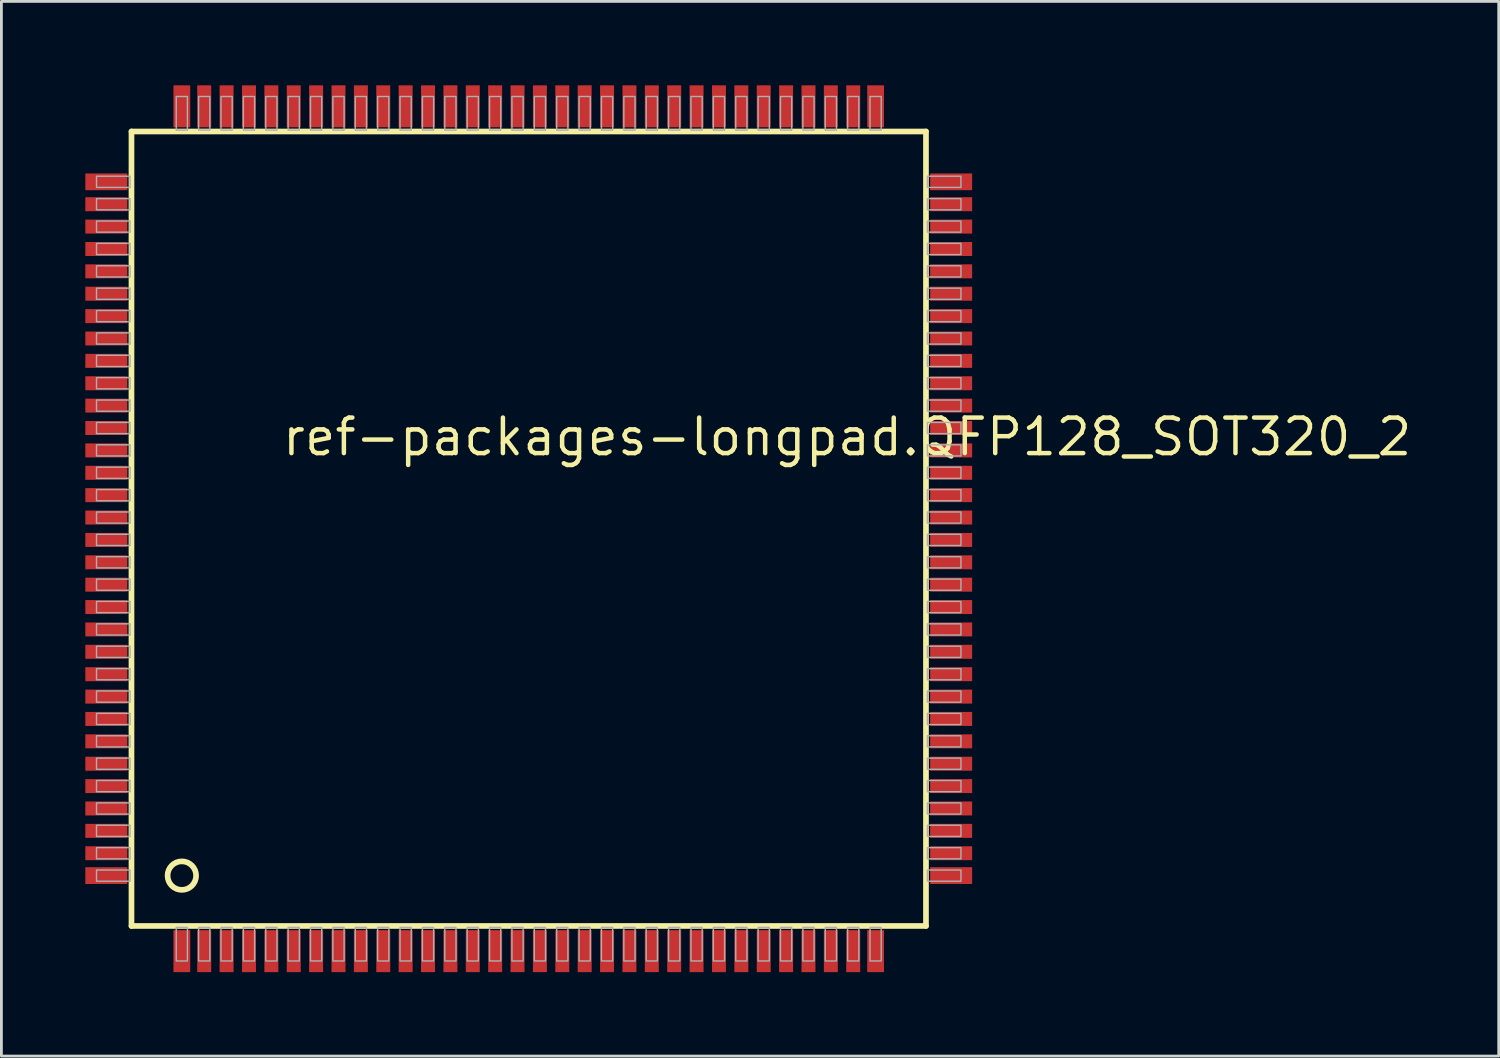
<source format=kicad_pcb>
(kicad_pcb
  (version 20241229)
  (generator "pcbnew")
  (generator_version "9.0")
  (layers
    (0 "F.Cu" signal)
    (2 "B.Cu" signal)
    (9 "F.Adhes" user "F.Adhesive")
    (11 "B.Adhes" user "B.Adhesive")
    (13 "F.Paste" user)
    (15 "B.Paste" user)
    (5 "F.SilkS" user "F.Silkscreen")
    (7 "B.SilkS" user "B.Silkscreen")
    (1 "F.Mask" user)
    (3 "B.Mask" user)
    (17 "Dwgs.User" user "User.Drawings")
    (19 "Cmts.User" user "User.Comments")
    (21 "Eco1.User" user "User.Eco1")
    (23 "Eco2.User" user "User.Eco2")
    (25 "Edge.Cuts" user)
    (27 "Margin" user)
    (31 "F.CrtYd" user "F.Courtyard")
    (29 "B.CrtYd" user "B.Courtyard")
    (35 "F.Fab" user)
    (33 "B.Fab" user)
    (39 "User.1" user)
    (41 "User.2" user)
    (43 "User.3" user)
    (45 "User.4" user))
  (footprint "ref-packages-longpad.QFP128_SOT320_2"
    (layer "F.Cu")
    (at 15.85 15.85)
    (property "Reference" "ref-packages-longpad.QFP128_SOT320_2" (at -8.89 -2.54 0) (layer "F.SilkS") (effects (font (size 1.27 1.27) (thickness 0.16)) (justify left bottom)))
    (attr smd)
    (fp_line (start -14.2 -14.2) (end 14.2 -14.2) (stroke (width 0.203) (type default)) (layer "F.SilkS"))
    (fp_line (start -14.2 14.2) (end -14.2 -14.2) (stroke (width 0.203) (type default)) (layer "F.SilkS"))
    (fp_line (start 14.2 -14.2) (end 14.2 14.2) (stroke (width 0.203) (type default)) (layer "F.SilkS"))
    (fp_line (start 14.2 14.2) (end -14.2 14.2) (stroke (width 0.203) (type default)) (layer "F.SilkS"))
    (fp_circle (center -12.4 12.4) (end -11.89 12.4) (stroke (width 0.203) (type default)) (fill no) (layer "F.SilkS"))
    (fp_rect (start -15.45 -12.2) (end -14.25 -12.6) (stroke (width 0.05) (type default)) (fill no) (layer "F.Fab"))
    (fp_rect (start -15.45 -11.4) (end -14.25 -11.8) (stroke (width 0.05) (type default)) (fill no) (layer "F.Fab"))
    (fp_rect (start -15.45 -10.6) (end -14.25 -11) (stroke (width 0.05) (type default)) (fill no) (layer "F.Fab"))
    (fp_rect (start -15.45 -9.8) (end -14.25 -10.2) (stroke (width 0.05) (type default)) (fill no) (layer "F.Fab"))
    (fp_rect (start -15.45 -9) (end -14.25 -9.4) (stroke (width 0.05) (type default)) (fill no) (layer "F.Fab"))
    (fp_rect (start -15.45 -8.2) (end -14.25 -8.6) (stroke (width 0.05) (type default)) (fill no) (layer "F.Fab"))
    (fp_rect (start -15.45 -7.4) (end -14.25 -7.8) (stroke (width 0.05) (type default)) (fill no) (layer "F.Fab"))
    (fp_rect (start -15.45 -6.6) (end -14.25 -7) (stroke (width 0.05) (type default)) (fill no) (layer "F.Fab"))
    (fp_rect (start -15.45 -5.8) (end -14.25 -6.2) (stroke (width 0.05) (type default)) (fill no) (layer "F.Fab"))
    (fp_rect (start -15.45 -5) (end -14.25 -5.4) (stroke (width 0.05) (type default)) (fill no) (layer "F.Fab"))
    (fp_rect (start -15.45 -4.2) (end -14.25 -4.6) (stroke (width 0.05) (type default)) (fill no) (layer "F.Fab"))
    (fp_rect (start -15.45 -3.4) (end -14.25 -3.8) (stroke (width 0.05) (type default)) (fill no) (layer "F.Fab"))
    (fp_rect (start -15.45 -2.6) (end -14.25 -3) (stroke (width 0.05) (type default)) (fill no) (layer "F.Fab"))
    (fp_rect (start -15.45 -1.8) (end -14.25 -2.2) (stroke (width 0.05) (type default)) (fill no) (layer "F.Fab"))
    (fp_rect (start -15.45 -1) (end -14.25 -1.4) (stroke (width 0.05) (type default)) (fill no) (layer "F.Fab"))
    (fp_rect (start -15.45 -0.2) (end -14.25 -0.6) (stroke (width 0.05) (type default)) (fill no) (layer "F.Fab"))
    (fp_rect (start -15.45 0.6) (end -14.25 0.2) (stroke (width 0.05) (type default)) (fill no) (layer "F.Fab"))
    (fp_rect (start -15.45 1.4) (end -14.25 1) (stroke (width 0.05) (type default)) (fill no) (layer "F.Fab"))
    (fp_rect (start -15.45 2.2) (end -14.25 1.8) (stroke (width 0.05) (type default)) (fill no) (layer "F.Fab"))
    (fp_rect (start -15.45 3) (end -14.25 2.6) (stroke (width 0.05) (type default)) (fill no) (layer "F.Fab"))
    (fp_rect (start -15.45 3.8) (end -14.25 3.4) (stroke (width 0.05) (type default)) (fill no) (layer "F.Fab"))
    (fp_rect (start -15.45 4.6) (end -14.25 4.2) (stroke (width 0.05) (type default)) (fill no) (layer "F.Fab"))
    (fp_rect (start -15.45 5.4) (end -14.25 5) (stroke (width 0.05) (type default)) (fill no) (layer "F.Fab"))
    (fp_rect (start -15.45 6.2) (end -14.25 5.8) (stroke (width 0.05) (type default)) (fill no) (layer "F.Fab"))
    (fp_rect (start -15.45 7) (end -14.25 6.6) (stroke (width 0.05) (type default)) (fill no) (layer "F.Fab"))
    (fp_rect (start -15.45 7.8) (end -14.25 7.4) (stroke (width 0.05) (type default)) (fill no) (layer "F.Fab"))
    (fp_rect (start -15.45 8.6) (end -14.25 8.2) (stroke (width 0.05) (type default)) (fill no) (layer "F.Fab"))
    (fp_rect (start -15.45 9.4) (end -14.25 9) (stroke (width 0.05) (type default)) (fill no) (layer "F.Fab"))
    (fp_rect (start -15.45 10.2) (end -14.25 9.8) (stroke (width 0.05) (type default)) (fill no) (layer "F.Fab"))
    (fp_rect (start -15.45 11) (end -14.25 10.6) (stroke (width 0.05) (type default)) (fill no) (layer "F.Fab"))
    (fp_rect (start -15.45 11.8) (end -14.25 11.4) (stroke (width 0.05) (type default)) (fill no) (layer "F.Fab"))
    (fp_rect (start -15.45 12.6) (end -14.25 12.2) (stroke (width 0.05) (type default)) (fill no) (layer "F.Fab"))
    (fp_rect (start -12.6 -14.25) (end -12.2 -15.45) (stroke (width 0.05) (type default)) (fill no) (layer "F.Fab"))
    (fp_rect (start -12.6 15.45) (end -12.2 14.25) (stroke (width 0.05) (type default)) (fill no) (layer "F.Fab"))
    (fp_rect (start -11.8 -14.25) (end -11.4 -15.45) (stroke (width 0.05) (type default)) (fill no) (layer "F.Fab"))
    (fp_rect (start -11.8 15.45) (end -11.4 14.25) (stroke (width 0.05) (type default)) (fill no) (layer "F.Fab"))
    (fp_rect (start -11 -14.25) (end -10.6 -15.45) (stroke (width 0.05) (type default)) (fill no) (layer "F.Fab"))
    (fp_rect (start -11 15.45) (end -10.6 14.25) (stroke (width 0.05) (type default)) (fill no) (layer "F.Fab"))
    (fp_rect (start -10.2 -14.25) (end -9.8 -15.45) (stroke (width 0.05) (type default)) (fill no) (layer "F.Fab"))
    (fp_rect (start -10.2 15.45) (end -9.8 14.25) (stroke (width 0.05) (type default)) (fill no) (layer "F.Fab"))
    (fp_rect (start -9.4 -14.25) (end -9 -15.45) (stroke (width 0.05) (type default)) (fill no) (layer "F.Fab"))
    (fp_rect (start -9.4 15.45) (end -9 14.25) (stroke (width 0.05) (type default)) (fill no) (layer "F.Fab"))
    (fp_rect (start -8.6 -14.25) (end -8.2 -15.45) (stroke (width 0.05) (type default)) (fill no) (layer "F.Fab"))
    (fp_rect (start -8.6 15.45) (end -8.2 14.25) (stroke (width 0.05) (type default)) (fill no) (layer "F.Fab"))
    (fp_rect (start -7.8 -14.25) (end -7.4 -15.45) (stroke (width 0.05) (type default)) (fill no) (layer "F.Fab"))
    (fp_rect (start -7.8 15.45) (end -7.4 14.25) (stroke (width 0.05) (type default)) (fill no) (layer "F.Fab"))
    (fp_rect (start -7 -14.25) (end -6.6 -15.45) (stroke (width 0.05) (type default)) (fill no) (layer "F.Fab"))
    (fp_rect (start -7 15.45) (end -6.6 14.25) (stroke (width 0.05) (type default)) (fill no) (layer "F.Fab"))
    (fp_rect (start -6.2 -14.25) (end -5.8 -15.45) (stroke (width 0.05) (type default)) (fill no) (layer "F.Fab"))
    (fp_rect (start -6.2 15.45) (end -5.8 14.25) (stroke (width 0.05) (type default)) (fill no) (layer "F.Fab"))
    (fp_rect (start -5.4 -14.25) (end -5 -15.45) (stroke (width 0.05) (type default)) (fill no) (layer "F.Fab"))
    (fp_rect (start -5.4 15.45) (end -5 14.25) (stroke (width 0.05) (type default)) (fill no) (layer "F.Fab"))
    (fp_rect (start -4.6 -14.25) (end -4.2 -15.45) (stroke (width 0.05) (type default)) (fill no) (layer "F.Fab"))
    (fp_rect (start -4.6 15.45) (end -4.2 14.25) (stroke (width 0.05) (type default)) (fill no) (layer "F.Fab"))
    (fp_rect (start -3.8 -14.25) (end -3.4 -15.45) (stroke (width 0.05) (type default)) (fill no) (layer "F.Fab"))
    (fp_rect (start -3.8 15.45) (end -3.4 14.25) (stroke (width 0.05) (type default)) (fill no) (layer "F.Fab"))
    (fp_rect (start -3 -14.25) (end -2.6 -15.45) (stroke (width 0.05) (type default)) (fill no) (layer "F.Fab"))
    (fp_rect (start -3 15.45) (end -2.6 14.25) (stroke (width 0.05) (type default)) (fill no) (layer "F.Fab"))
    (fp_rect (start -2.2 -14.25) (end -1.8 -15.45) (stroke (width 0.05) (type default)) (fill no) (layer "F.Fab"))
    (fp_rect (start -2.2 15.45) (end -1.8 14.25) (stroke (width 0.05) (type default)) (fill no) (layer "F.Fab"))
    (fp_rect (start -1.4 -14.25) (end -1 -15.45) (stroke (width 0.05) (type default)) (fill no) (layer "F.Fab"))
    (fp_rect (start -1.4 15.45) (end -1 14.25) (stroke (width 0.05) (type default)) (fill no) (layer "F.Fab"))
    (fp_rect (start -0.6 -14.25) (end -0.2 -15.45) (stroke (width 0.05) (type default)) (fill no) (layer "F.Fab"))
    (fp_rect (start -0.6 15.45) (end -0.2 14.25) (stroke (width 0.05) (type default)) (fill no) (layer "F.Fab"))
    (fp_rect (start 0.2 -14.25) (end 0.6 -15.45) (stroke (width 0.05) (type default)) (fill no) (layer "F.Fab"))
    (fp_rect (start 0.2 15.45) (end 0.6 14.25) (stroke (width 0.05) (type default)) (fill no) (layer "F.Fab"))
    (fp_rect (start 1 -14.25) (end 1.4 -15.45) (stroke (width 0.05) (type default)) (fill no) (layer "F.Fab"))
    (fp_rect (start 1 15.45) (end 1.4 14.25) (stroke (width 0.05) (type default)) (fill no) (layer "F.Fab"))
    (fp_rect (start 1.8 -14.25) (end 2.2 -15.45) (stroke (width 0.05) (type default)) (fill no) (layer "F.Fab"))
    (fp_rect (start 1.8 15.45) (end 2.2 14.25) (stroke (width 0.05) (type default)) (fill no) (layer "F.Fab"))
    (fp_rect (start 2.6 -14.25) (end 3 -15.45) (stroke (width 0.05) (type default)) (fill no) (layer "F.Fab"))
    (fp_rect (start 2.6 15.45) (end 3 14.25) (stroke (width 0.05) (type default)) (fill no) (layer "F.Fab"))
    (fp_rect (start 3.4 -14.25) (end 3.8 -15.45) (stroke (width 0.05) (type default)) (fill no) (layer "F.Fab"))
    (fp_rect (start 3.4 15.45) (end 3.8 14.25) (stroke (width 0.05) (type default)) (fill no) (layer "F.Fab"))
    (fp_rect (start 4.2 -14.25) (end 4.6 -15.45) (stroke (width 0.05) (type default)) (fill no) (layer "F.Fab"))
    (fp_rect (start 4.2 15.45) (end 4.6 14.25) (stroke (width 0.05) (type default)) (fill no) (layer "F.Fab"))
    (fp_rect (start 5 -14.25) (end 5.4 -15.45) (stroke (width 0.05) (type default)) (fill no) (layer "F.Fab"))
    (fp_rect (start 5 15.45) (end 5.4 14.25) (stroke (width 0.05) (type default)) (fill no) (layer "F.Fab"))
    (fp_rect (start 5.8 -14.25) (end 6.2 -15.45) (stroke (width 0.05) (type default)) (fill no) (layer "F.Fab"))
    (fp_rect (start 5.8 15.45) (end 6.2 14.25) (stroke (width 0.05) (type default)) (fill no) (layer "F.Fab"))
    (fp_rect (start 6.6 -14.25) (end 7 -15.45) (stroke (width 0.05) (type default)) (fill no) (layer "F.Fab"))
    (fp_rect (start 6.6 15.45) (end 7 14.25) (stroke (width 0.05) (type default)) (fill no) (layer "F.Fab"))
    (fp_rect (start 7.4 -14.25) (end 7.8 -15.45) (stroke (width 0.05) (type default)) (fill no) (layer "F.Fab"))
    (fp_rect (start 7.4 15.45) (end 7.8 14.25) (stroke (width 0.05) (type default)) (fill no) (layer "F.Fab"))
    (fp_rect (start 8.2 -14.25) (end 8.6 -15.45) (stroke (width 0.05) (type default)) (fill no) (layer "F.Fab"))
    (fp_rect (start 8.2 15.45) (end 8.6 14.25) (stroke (width 0.05) (type default)) (fill no) (layer "F.Fab"))
    (fp_rect (start 9 -14.25) (end 9.4 -15.45) (stroke (width 0.05) (type default)) (fill no) (layer "F.Fab"))
    (fp_rect (start 9 15.45) (end 9.4 14.25) (stroke (width 0.05) (type default)) (fill no) (layer "F.Fab"))
    (fp_rect (start 9.8 -14.25) (end 10.2 -15.45) (stroke (width 0.05) (type default)) (fill no) (layer "F.Fab"))
    (fp_rect (start 9.8 15.45) (end 10.2 14.25) (stroke (width 0.05) (type default)) (fill no) (layer "F.Fab"))
    (fp_rect (start 10.6 -14.25) (end 11 -15.45) (stroke (width 0.05) (type default)) (fill no) (layer "F.Fab"))
    (fp_rect (start 10.6 15.45) (end 11 14.25) (stroke (width 0.05) (type default)) (fill no) (layer "F.Fab"))
    (fp_rect (start 11.4 -14.25) (end 11.8 -15.45) (stroke (width 0.05) (type default)) (fill no) (layer "F.Fab"))
    (fp_rect (start 11.4 15.45) (end 11.8 14.25) (stroke (width 0.05) (type default)) (fill no) (layer "F.Fab"))
    (fp_rect (start 12.2 -14.25) (end 12.6 -15.45) (stroke (width 0.05) (type default)) (fill no) (layer "F.Fab"))
    (fp_rect (start 12.2 15.45) (end 12.6 14.25) (stroke (width 0.05) (type default)) (fill no) (layer "F.Fab"))
    (fp_rect (start 14.25 -12.2) (end 15.45 -12.6) (stroke (width 0.05) (type default)) (fill no) (layer "F.Fab"))
    (fp_rect (start 14.25 -11.4) (end 15.45 -11.8) (stroke (width 0.05) (type default)) (fill no) (layer "F.Fab"))
    (fp_rect (start 14.25 -10.6) (end 15.45 -11) (stroke (width 0.05) (type default)) (fill no) (layer "F.Fab"))
    (fp_rect (start 14.25 -9.8) (end 15.45 -10.2) (stroke (width 0.05) (type default)) (fill no) (layer "F.Fab"))
    (fp_rect (start 14.25 -9) (end 15.45 -9.4) (stroke (width 0.05) (type default)) (fill no) (layer "F.Fab"))
    (fp_rect (start 14.25 -8.2) (end 15.45 -8.6) (stroke (width 0.05) (type default)) (fill no) (layer "F.Fab"))
    (fp_rect (start 14.25 -7.4) (end 15.45 -7.8) (stroke (width 0.05) (type default)) (fill no) (layer "F.Fab"))
    (fp_rect (start 14.25 -6.6) (end 15.45 -7) (stroke (width 0.05) (type default)) (fill no) (layer "F.Fab"))
    (fp_rect (start 14.25 -5.8) (end 15.45 -6.2) (stroke (width 0.05) (type default)) (fill no) (layer "F.Fab"))
    (fp_rect (start 14.25 -5) (end 15.45 -5.4) (stroke (width 0.05) (type default)) (fill no) (layer "F.Fab"))
    (fp_rect (start 14.25 -4.2) (end 15.45 -4.6) (stroke (width 0.05) (type default)) (fill no) (layer "F.Fab"))
    (fp_rect (start 14.25 -3.4) (end 15.45 -3.8) (stroke (width 0.05) (type default)) (fill no) (layer "F.Fab"))
    (fp_rect (start 14.25 -2.6) (end 15.45 -3) (stroke (width 0.05) (type default)) (fill no) (layer "F.Fab"))
    (fp_rect (start 14.25 -1.8) (end 15.45 -2.2) (stroke (width 0.05) (type default)) (fill no) (layer "F.Fab"))
    (fp_rect (start 14.25 -1) (end 15.45 -1.4) (stroke (width 0.05) (type default)) (fill no) (layer "F.Fab"))
    (fp_rect (start 14.25 -0.2) (end 15.45 -0.6) (stroke (width 0.05) (type default)) (fill no) (layer "F.Fab"))
    (fp_rect (start 14.25 0.6) (end 15.45 0.2) (stroke (width 0.05) (type default)) (fill no) (layer "F.Fab"))
    (fp_rect (start 14.25 1.4) (end 15.45 1) (stroke (width 0.05) (type default)) (fill no) (layer "F.Fab"))
    (fp_rect (start 14.25 2.2) (end 15.45 1.8) (stroke (width 0.05) (type default)) (fill no) (layer "F.Fab"))
    (fp_rect (start 14.25 3) (end 15.45 2.6) (stroke (width 0.05) (type default)) (fill no) (layer "F.Fab"))
    (fp_rect (start 14.25 3.8) (end 15.45 3.4) (stroke (width 0.05) (type default)) (fill no) (layer "F.Fab"))
    (fp_rect (start 14.25 4.6) (end 15.45 4.2) (stroke (width 0.05) (type default)) (fill no) (layer "F.Fab"))
    (fp_rect (start 14.25 5.4) (end 15.45 5) (stroke (width 0.05) (type default)) (fill no) (layer "F.Fab"))
    (fp_rect (start 14.25 6.2) (end 15.45 5.8) (stroke (width 0.05) (type default)) (fill no) (layer "F.Fab"))
    (fp_rect (start 14.25 7) (end 15.45 6.6) (stroke (width 0.05) (type default)) (fill no) (layer "F.Fab"))
    (fp_rect (start 14.25 7.8) (end 15.45 7.4) (stroke (width 0.05) (type default)) (fill no) (layer "F.Fab"))
    (fp_rect (start 14.25 8.6) (end 15.45 8.2) (stroke (width 0.05) (type default)) (fill no) (layer "F.Fab"))
    (fp_rect (start 14.25 9.4) (end 15.45 9) (stroke (width 0.05) (type default)) (fill no) (layer "F.Fab"))
    (fp_rect (start 14.25 10.2) (end 15.45 9.8) (stroke (width 0.05) (type default)) (fill no) (layer "F.Fab"))
    (fp_rect (start 14.25 11) (end 15.45 10.6) (stroke (width 0.05) (type default)) (fill no) (layer "F.Fab"))
    (fp_rect (start 14.25 11.8) (end 15.45 11.4) (stroke (width 0.05) (type default)) (fill no) (layer "F.Fab"))
    (fp_rect (start 14.25 12.6) (end 15.45 12.2) (stroke (width 0.05) (type default)) (fill no) (layer "F.Fab"))
    (pad "1" smd roundrect (at -12.4 15.1) (size 0.6 1.5) (layers "F.Cu" "F.Mask" "F.Paste") (roundrect_rratio 0.01))
    (pad "2" smd roundrect (at -11.6 15.1) (size 0.5 1.5) (layers "F.Cu" "F.Mask" "F.Paste") (roundrect_rratio 0.01))
    (pad "3" smd roundrect (at -10.8 15.1) (size 0.5 1.5) (layers "F.Cu" "F.Mask" "F.Paste") (roundrect_rratio 0.01))
    (pad "4" smd roundrect (at -10 15.1) (size 0.5 1.5) (layers "F.Cu" "F.Mask" "F.Paste") (roundrect_rratio 0.01))
    (pad "5" smd roundrect (at -9.2 15.1) (size 0.5 1.5) (layers "F.Cu" "F.Mask" "F.Paste") (roundrect_rratio 0.01))
    (pad "6" smd roundrect (at -8.4 15.1) (size 0.5 1.5) (layers "F.Cu" "F.Mask" "F.Paste") (roundrect_rratio 0.01))
    (pad "7" smd roundrect (at -7.6 15.1) (size 0.5 1.5) (layers "F.Cu" "F.Mask" "F.Paste") (roundrect_rratio 0.01))
    (pad "8" smd roundrect (at -6.8 15.1) (size 0.5 1.5) (layers "F.Cu" "F.Mask" "F.Paste") (roundrect_rratio 0.01))
    (pad "9" smd roundrect (at -6 15.1) (size 0.5 1.5) (layers "F.Cu" "F.Mask" "F.Paste") (roundrect_rratio 0.01))
    (pad "10" smd roundrect (at -5.2 15.1) (size 0.5 1.5) (layers "F.Cu" "F.Mask" "F.Paste") (roundrect_rratio 0.01))
    (pad "11" smd roundrect (at -4.4 15.1) (size 0.5 1.5) (layers "F.Cu" "F.Mask" "F.Paste") (roundrect_rratio 0.01))
    (pad "12" smd roundrect (at -3.6 15.1) (size 0.5 1.5) (layers "F.Cu" "F.Mask" "F.Paste") (roundrect_rratio 0.01))
    (pad "13" smd roundrect (at -2.8 15.1) (size 0.5 1.5) (layers "F.Cu" "F.Mask" "F.Paste") (roundrect_rratio 0.01))
    (pad "14" smd roundrect (at -2 15.1) (size 0.5 1.5) (layers "F.Cu" "F.Mask" "F.Paste") (roundrect_rratio 0.01))
    (pad "15" smd roundrect (at -1.2 15.1) (size 0.5 1.5) (layers "F.Cu" "F.Mask" "F.Paste") (roundrect_rratio 0.01))
    (pad "16" smd roundrect (at -0.4 15.1) (size 0.5 1.5) (layers "F.Cu" "F.Mask" "F.Paste") (roundrect_rratio 0.01))
    (pad "17" smd roundrect (at 0.4 15.1) (size 0.5 1.5) (layers "F.Cu" "F.Mask" "F.Paste") (roundrect_rratio 0.01))
    (pad "18" smd roundrect (at 1.2 15.1) (size 0.5 1.5) (layers "F.Cu" "F.Mask" "F.Paste") (roundrect_rratio 0.01))
    (pad "19" smd roundrect (at 2 15.1) (size 0.5 1.5) (layers "F.Cu" "F.Mask" "F.Paste") (roundrect_rratio 0.01))
    (pad "20" smd roundrect (at 2.8 15.1) (size 0.5 1.5) (layers "F.Cu" "F.Mask" "F.Paste") (roundrect_rratio 0.01))
    (pad "21" smd roundrect (at 3.6 15.1) (size 0.5 1.5) (layers "F.Cu" "F.Mask" "F.Paste") (roundrect_rratio 0.01))
    (pad "22" smd roundrect (at 4.4 15.1) (size 0.5 1.5) (layers "F.Cu" "F.Mask" "F.Paste") (roundrect_rratio 0.01))
    (pad "23" smd roundrect (at 5.2 15.1) (size 0.5 1.5) (layers "F.Cu" "F.Mask" "F.Paste") (roundrect_rratio 0.01))
    (pad "24" smd roundrect (at 6 15.1) (size 0.5 1.5) (layers "F.Cu" "F.Mask" "F.Paste") (roundrect_rratio 0.01))
    (pad "25" smd roundrect (at 6.8 15.1) (size 0.5 1.5) (layers "F.Cu" "F.Mask" "F.Paste") (roundrect_rratio 0.01))
    (pad "26" smd roundrect (at 7.6 15.1) (size 0.5 1.5) (layers "F.Cu" "F.Mask" "F.Paste") (roundrect_rratio 0.01))
    (pad "27" smd roundrect (at 8.4 15.1) (size 0.5 1.5) (layers "F.Cu" "F.Mask" "F.Paste") (roundrect_rratio 0.01))
    (pad "28" smd roundrect (at 9.2 15.1) (size 0.5 1.5) (layers "F.Cu" "F.Mask" "F.Paste") (roundrect_rratio 0.01))
    (pad "29" smd roundrect (at 10 15.1) (size 0.5 1.5) (layers "F.Cu" "F.Mask" "F.Paste") (roundrect_rratio 0.01))
    (pad "30" smd roundrect (at 10.8 15.1) (size 0.5 1.5) (layers "F.Cu" "F.Mask" "F.Paste") (roundrect_rratio 0.01))
    (pad "31" smd roundrect (at 11.6 15.1) (size 0.5 1.5) (layers "F.Cu" "F.Mask" "F.Paste") (roundrect_rratio 0.01))
    (pad "32" smd roundrect (at 12.4 15.1) (size 0.6 1.5) (layers "F.Cu" "F.Mask" "F.Paste") (roundrect_rratio 0.01))
    (pad "33" smd roundrect (at 15.1 12.4) (size 1.5 0.6) (layers "F.Cu" "F.Mask" "F.Paste") (roundrect_rratio 0.01))
    (pad "34" smd roundrect (at 15.1 11.6) (size 1.5 0.5) (layers "F.Cu" "F.Mask" "F.Paste") (roundrect_rratio 0.01))
    (pad "35" smd roundrect (at 15.1 10.8) (size 1.5 0.5) (layers "F.Cu" "F.Mask" "F.Paste") (roundrect_rratio 0.01))
    (pad "36" smd roundrect (at 15.1 10) (size 1.5 0.5) (layers "F.Cu" "F.Mask" "F.Paste") (roundrect_rratio 0.01))
    (pad "37" smd roundrect (at 15.1 9.2) (size 1.5 0.5) (layers "F.Cu" "F.Mask" "F.Paste") (roundrect_rratio 0.01))
    (pad "38" smd roundrect (at 15.1 8.4) (size 1.5 0.5) (layers "F.Cu" "F.Mask" "F.Paste") (roundrect_rratio 0.01))
    (pad "39" smd roundrect (at 15.1 7.6) (size 1.5 0.5) (layers "F.Cu" "F.Mask" "F.Paste") (roundrect_rratio 0.01))
    (pad "40" smd roundrect (at 15.1 6.8) (size 1.5 0.5) (layers "F.Cu" "F.Mask" "F.Paste") (roundrect_rratio 0.01))
    (pad "41" smd roundrect (at 15.1 6) (size 1.5 0.5) (layers "F.Cu" "F.Mask" "F.Paste") (roundrect_rratio 0.01))
    (pad "42" smd roundrect (at 15.1 5.2) (size 1.5 0.5) (layers "F.Cu" "F.Mask" "F.Paste") (roundrect_rratio 0.01))
    (pad "43" smd roundrect (at 15.1 4.4) (size 1.5 0.5) (layers "F.Cu" "F.Mask" "F.Paste") (roundrect_rratio 0.01))
    (pad "44" smd roundrect (at 15.1 3.6) (size 1.5 0.5) (layers "F.Cu" "F.Mask" "F.Paste") (roundrect_rratio 0.01))
    (pad "45" smd roundrect (at 15.1 2.8) (size 1.5 0.5) (layers "F.Cu" "F.Mask" "F.Paste") (roundrect_rratio 0.01))
    (pad "46" smd roundrect (at 15.1 2) (size 1.5 0.5) (layers "F.Cu" "F.Mask" "F.Paste") (roundrect_rratio 0.01))
    (pad "47" smd roundrect (at 15.1 1.2) (size 1.5 0.5) (layers "F.Cu" "F.Mask" "F.Paste") (roundrect_rratio 0.01))
    (pad "48" smd roundrect (at 15.1 0.4) (size 1.5 0.5) (layers "F.Cu" "F.Mask" "F.Paste") (roundrect_rratio 0.01))
    (pad "49" smd roundrect (at 15.1 -0.4) (size 1.5 0.5) (layers "F.Cu" "F.Mask" "F.Paste") (roundrect_rratio 0.01))
    (pad "50" smd roundrect (at 15.1 -1.2) (size 1.5 0.5) (layers "F.Cu" "F.Mask" "F.Paste") (roundrect_rratio 0.01))
    (pad "51" smd roundrect (at 15.1 -2) (size 1.5 0.5) (layers "F.Cu" "F.Mask" "F.Paste") (roundrect_rratio 0.01))
    (pad "52" smd roundrect (at 15.1 -2.8) (size 1.5 0.5) (layers "F.Cu" "F.Mask" "F.Paste") (roundrect_rratio 0.01))
    (pad "53" smd roundrect (at 15.1 -3.6) (size 1.5 0.5) (layers "F.Cu" "F.Mask" "F.Paste") (roundrect_rratio 0.01))
    (pad "54" smd roundrect (at 15.1 -4.4) (size 1.5 0.5) (layers "F.Cu" "F.Mask" "F.Paste") (roundrect_rratio 0.01))
    (pad "55" smd roundrect (at 15.1 -5.2) (size 1.5 0.5) (layers "F.Cu" "F.Mask" "F.Paste") (roundrect_rratio 0.01))
    (pad "56" smd roundrect (at 15.1 -6) (size 1.5 0.5) (layers "F.Cu" "F.Mask" "F.Paste") (roundrect_rratio 0.01))
    (pad "57" smd roundrect (at 15.1 -6.8) (size 1.5 0.5) (layers "F.Cu" "F.Mask" "F.Paste") (roundrect_rratio 0.01))
    (pad "58" smd roundrect (at 15.1 -7.6) (size 1.5 0.5) (layers "F.Cu" "F.Mask" "F.Paste") (roundrect_rratio 0.01))
    (pad "59" smd roundrect (at 15.1 -8.4) (size 1.5 0.5) (layers "F.Cu" "F.Mask" "F.Paste") (roundrect_rratio 0.01))
    (pad "60" smd roundrect (at 15.1 -9.2) (size 1.5 0.5) (layers "F.Cu" "F.Mask" "F.Paste") (roundrect_rratio 0.01))
    (pad "61" smd roundrect (at 15.1 -10) (size 1.5 0.5) (layers "F.Cu" "F.Mask" "F.Paste") (roundrect_rratio 0.01))
    (pad "62" smd roundrect (at 15.1 -10.8) (size 1.5 0.5) (layers "F.Cu" "F.Mask" "F.Paste") (roundrect_rratio 0.01))
    (pad "63" smd roundrect (at 15.1 -11.6) (size 1.5 0.5) (layers "F.Cu" "F.Mask" "F.Paste") (roundrect_rratio 0.01))
    (pad "64" smd roundrect (at 15.1 -12.4) (size 1.5 0.6) (layers "F.Cu" "F.Mask" "F.Paste") (roundrect_rratio 0.01))
    (pad "65" smd roundrect (at 12.4 -15.1) (size 0.6 1.5) (layers "F.Cu" "F.Mask" "F.Paste") (roundrect_rratio 0.01))
    (pad "66" smd roundrect (at 11.6 -15.1) (size 0.5 1.5) (layers "F.Cu" "F.Mask" "F.Paste") (roundrect_rratio 0.01))
    (pad "67" smd roundrect (at 10.8 -15.1) (size 0.5 1.5) (layers "F.Cu" "F.Mask" "F.Paste") (roundrect_rratio 0.01))
    (pad "68" smd roundrect (at 10 -15.1) (size 0.5 1.5) (layers "F.Cu" "F.Mask" "F.Paste") (roundrect_rratio 0.01))
    (pad "69" smd roundrect (at 9.2 -15.1) (size 0.5 1.5) (layers "F.Cu" "F.Mask" "F.Paste") (roundrect_rratio 0.01))
    (pad "70" smd roundrect (at 8.4 -15.1) (size 0.5 1.5) (layers "F.Cu" "F.Mask" "F.Paste") (roundrect_rratio 0.01))
    (pad "71" smd roundrect (at 7.6 -15.1) (size 0.5 1.5) (layers "F.Cu" "F.Mask" "F.Paste") (roundrect_rratio 0.01))
    (pad "72" smd roundrect (at 6.8 -15.1) (size 0.5 1.5) (layers "F.Cu" "F.Mask" "F.Paste") (roundrect_rratio 0.01))
    (pad "73" smd roundrect (at 6 -15.1) (size 0.5 1.5) (layers "F.Cu" "F.Mask" "F.Paste") (roundrect_rratio 0.01))
    (pad "74" smd roundrect (at 5.2 -15.1) (size 0.5 1.5) (layers "F.Cu" "F.Mask" "F.Paste") (roundrect_rratio 0.01))
    (pad "75" smd roundrect (at 4.4 -15.1) (size 0.5 1.5) (layers "F.Cu" "F.Mask" "F.Paste") (roundrect_rratio 0.01))
    (pad "76" smd roundrect (at 3.6 -15.1) (size 0.5 1.5) (layers "F.Cu" "F.Mask" "F.Paste") (roundrect_rratio 0.01))
    (pad "77" smd roundrect (at 2.8 -15.1) (size 0.5 1.5) (layers "F.Cu" "F.Mask" "F.Paste") (roundrect_rratio 0.01))
    (pad "78" smd roundrect (at 2 -15.1) (size 0.5 1.5) (layers "F.Cu" "F.Mask" "F.Paste") (roundrect_rratio 0.01))
    (pad "79" smd roundrect (at 1.2 -15.1) (size 0.5 1.5) (layers "F.Cu" "F.Mask" "F.Paste") (roundrect_rratio 0.01))
    (pad "80" smd roundrect (at 0.4 -15.1) (size 0.5 1.5) (layers "F.Cu" "F.Mask" "F.Paste") (roundrect_rratio 0.01))
    (pad "81" smd roundrect (at -0.4 -15.1) (size 0.5 1.5) (layers "F.Cu" "F.Mask" "F.Paste") (roundrect_rratio 0.01))
    (pad "82" smd roundrect (at -1.2 -15.1) (size 0.5 1.5) (layers "F.Cu" "F.Mask" "F.Paste") (roundrect_rratio 0.01))
    (pad "83" smd roundrect (at -2 -15.1) (size 0.5 1.5) (layers "F.Cu" "F.Mask" "F.Paste") (roundrect_rratio 0.01))
    (pad "84" smd roundrect (at -2.8 -15.1) (size 0.5 1.5) (layers "F.Cu" "F.Mask" "F.Paste") (roundrect_rratio 0.01))
    (pad "85" smd roundrect (at -3.6 -15.1) (size 0.5 1.5) (layers "F.Cu" "F.Mask" "F.Paste") (roundrect_rratio 0.01))
    (pad "86" smd roundrect (at -4.4 -15.1) (size 0.5 1.5) (layers "F.Cu" "F.Mask" "F.Paste") (roundrect_rratio 0.01))
    (pad "87" smd roundrect (at -5.2 -15.1) (size 0.5 1.5) (layers "F.Cu" "F.Mask" "F.Paste") (roundrect_rratio 0.01))
    (pad "88" smd roundrect (at -6 -15.1) (size 0.5 1.5) (layers "F.Cu" "F.Mask" "F.Paste") (roundrect_rratio 0.01))
    (pad "89" smd roundrect (at -6.8 -15.1) (size 0.5 1.5) (layers "F.Cu" "F.Mask" "F.Paste") (roundrect_rratio 0.01))
    (pad "90" smd roundrect (at -7.6 -15.1) (size 0.5 1.5) (layers "F.Cu" "F.Mask" "F.Paste") (roundrect_rratio 0.01))
    (pad "91" smd roundrect (at -8.4 -15.1) (size 0.5 1.5) (layers "F.Cu" "F.Mask" "F.Paste") (roundrect_rratio 0.01))
    (pad "92" smd roundrect (at -9.2 -15.1) (size 0.5 1.5) (layers "F.Cu" "F.Mask" "F.Paste") (roundrect_rratio 0.01))
    (pad "93" smd roundrect (at -10 -15.1) (size 0.5 1.5) (layers "F.Cu" "F.Mask" "F.Paste") (roundrect_rratio 0.01))
    (pad "94" smd roundrect (at -10.8 -15.1) (size 0.5 1.5) (layers "F.Cu" "F.Mask" "F.Paste") (roundrect_rratio 0.01))
    (pad "95" smd roundrect (at -11.6 -15.1) (size 0.5 1.5) (layers "F.Cu" "F.Mask" "F.Paste") (roundrect_rratio 0.01))
    (pad "96" smd roundrect (at -12.4 -15.1) (size 0.6 1.5) (layers "F.Cu" "F.Mask" "F.Paste") (roundrect_rratio 0.01))
    (pad "97" smd roundrect (at -15.1 -12.4) (size 1.5 0.6) (layers "F.Cu" "F.Mask" "F.Paste") (roundrect_rratio 0.01))
    (pad "98" smd roundrect (at -15.1 -11.6) (size 1.5 0.5) (layers "F.Cu" "F.Mask" "F.Paste") (roundrect_rratio 0.01))
    (pad "99" smd roundrect (at -15.1 -10.8) (size 1.5 0.5) (layers "F.Cu" "F.Mask" "F.Paste") (roundrect_rratio 0.01))
    (pad "100" smd roundrect (at -15.1 -10) (size 1.5 0.5) (layers "F.Cu" "F.Mask" "F.Paste") (roundrect_rratio 0.01))
    (pad "101" smd roundrect (at -15.1 -9.2) (size 1.5 0.5) (layers "F.Cu" "F.Mask" "F.Paste") (roundrect_rratio 0.01))
    (pad "102" smd roundrect (at -15.1 -8.4) (size 1.5 0.5) (layers "F.Cu" "F.Mask" "F.Paste") (roundrect_rratio 0.01))
    (pad "103" smd roundrect (at -15.1 -7.6) (size 1.5 0.5) (layers "F.Cu" "F.Mask" "F.Paste") (roundrect_rratio 0.01))
    (pad "104" smd roundrect (at -15.1 -6.8) (size 1.5 0.5) (layers "F.Cu" "F.Mask" "F.Paste") (roundrect_rratio 0.01))
    (pad "105" smd roundrect (at -15.1 -6) (size 1.5 0.5) (layers "F.Cu" "F.Mask" "F.Paste") (roundrect_rratio 0.01))
    (pad "106" smd roundrect (at -15.1 -5.2) (size 1.5 0.5) (layers "F.Cu" "F.Mask" "F.Paste") (roundrect_rratio 0.01))
    (pad "107" smd roundrect (at -15.1 -4.4) (size 1.5 0.5) (layers "F.Cu" "F.Mask" "F.Paste") (roundrect_rratio 0.01))
    (pad "108" smd roundrect (at -15.1 -3.6) (size 1.5 0.5) (layers "F.Cu" "F.Mask" "F.Paste") (roundrect_rratio 0.01))
    (pad "109" smd roundrect (at -15.1 -2.8) (size 1.5 0.5) (layers "F.Cu" "F.Mask" "F.Paste") (roundrect_rratio 0.01))
    (pad "110" smd roundrect (at -15.1 -2) (size 1.5 0.5) (layers "F.Cu" "F.Mask" "F.Paste") (roundrect_rratio 0.01))
    (pad "111" smd roundrect (at -15.1 -1.2) (size 1.5 0.5) (layers "F.Cu" "F.Mask" "F.Paste") (roundrect_rratio 0.01))
    (pad "112" smd roundrect (at -15.1 -0.4) (size 1.5 0.5) (layers "F.Cu" "F.Mask" "F.Paste") (roundrect_rratio 0.01))
    (pad "113" smd roundrect (at -15.1 0.4) (size 1.5 0.5) (layers "F.Cu" "F.Mask" "F.Paste") (roundrect_rratio 0.01))
    (pad "114" smd roundrect (at -15.1 1.2) (size 1.5 0.5) (layers "F.Cu" "F.Mask" "F.Paste") (roundrect_rratio 0.01))
    (pad "115" smd roundrect (at -15.1 2) (size 1.5 0.5) (layers "F.Cu" "F.Mask" "F.Paste") (roundrect_rratio 0.01))
    (pad "116" smd roundrect (at -15.1 2.8) (size 1.5 0.5) (layers "F.Cu" "F.Mask" "F.Paste") (roundrect_rratio 0.01))
    (pad "117" smd roundrect (at -15.1 3.6) (size 1.5 0.5) (layers "F.Cu" "F.Mask" "F.Paste") (roundrect_rratio 0.01))
    (pad "118" smd roundrect (at -15.1 4.4) (size 1.5 0.5) (layers "F.Cu" "F.Mask" "F.Paste") (roundrect_rratio 0.01))
    (pad "119" smd roundrect (at -15.1 5.2) (size 1.5 0.5) (layers "F.Cu" "F.Mask" "F.Paste") (roundrect_rratio 0.01))
    (pad "120" smd roundrect (at -15.1 6) (size 1.5 0.5) (layers "F.Cu" "F.Mask" "F.Paste") (roundrect_rratio 0.01))
    (pad "121" smd roundrect (at -15.1 6.8) (size 1.5 0.5) (layers "F.Cu" "F.Mask" "F.Paste") (roundrect_rratio 0.01))
    (pad "122" smd roundrect (at -15.1 7.6) (size 1.5 0.5) (layers "F.Cu" "F.Mask" "F.Paste") (roundrect_rratio 0.01))
    (pad "123" smd roundrect (at -15.1 8.4) (size 1.5 0.5) (layers "F.Cu" "F.Mask" "F.Paste") (roundrect_rratio 0.01))
    (pad "124" smd roundrect (at -15.1 9.2) (size 1.5 0.5) (layers "F.Cu" "F.Mask" "F.Paste") (roundrect_rratio 0.01))
    (pad "125" smd roundrect (at -15.1 10) (size 1.5 0.5) (layers "F.Cu" "F.Mask" "F.Paste") (roundrect_rratio 0.01))
    (pad "126" smd roundrect (at -15.1 10.8) (size 1.5 0.5) (layers "F.Cu" "F.Mask" "F.Paste") (roundrect_rratio 0.01))
    (pad "127" smd roundrect (at -15.1 11.6) (size 1.5 0.5) (layers "F.Cu" "F.Mask" "F.Paste") (roundrect_rratio 0.01))
    (pad "128" smd roundrect (at -15.1 12.4) (size 1.5 0.6) (layers "F.Cu" "F.Mask" "F.Paste") (roundrect_rratio 0.01)))
  (gr_rect
    (start -3 -3)
    (end 50.524 34.7)
    (stroke (width 0.1) (type default))
    (fill no)
    (layer "Edge.Cuts")))
</source>
